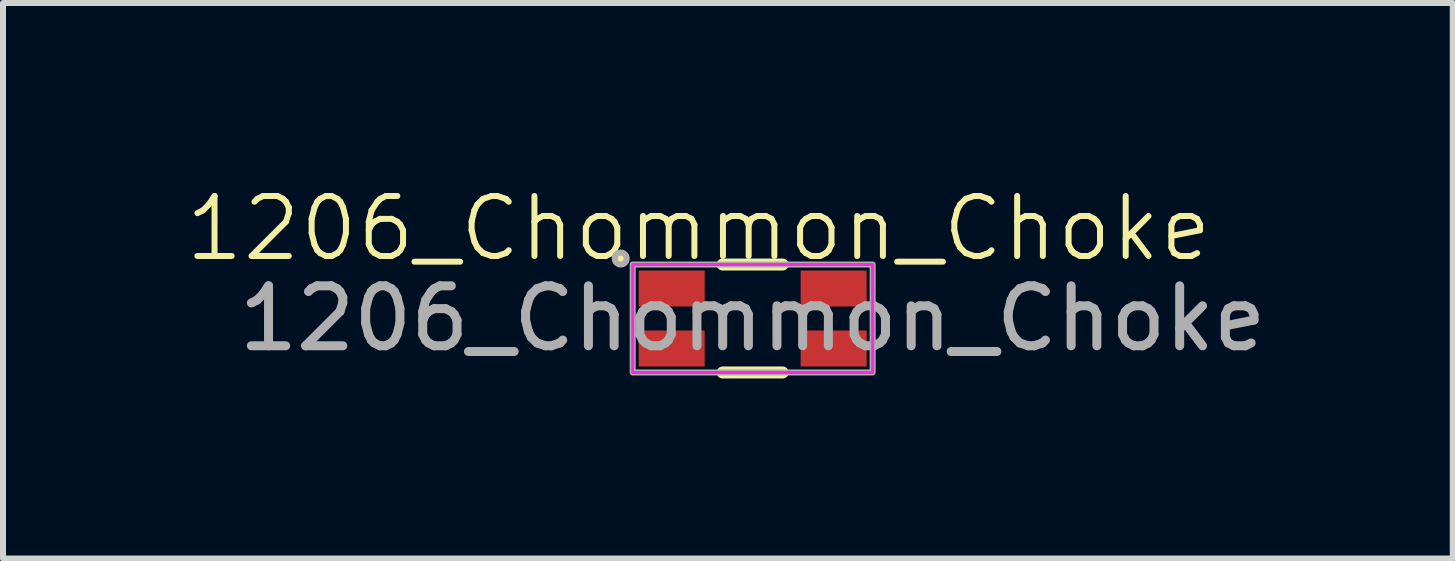
<source format=kicad_pcb>
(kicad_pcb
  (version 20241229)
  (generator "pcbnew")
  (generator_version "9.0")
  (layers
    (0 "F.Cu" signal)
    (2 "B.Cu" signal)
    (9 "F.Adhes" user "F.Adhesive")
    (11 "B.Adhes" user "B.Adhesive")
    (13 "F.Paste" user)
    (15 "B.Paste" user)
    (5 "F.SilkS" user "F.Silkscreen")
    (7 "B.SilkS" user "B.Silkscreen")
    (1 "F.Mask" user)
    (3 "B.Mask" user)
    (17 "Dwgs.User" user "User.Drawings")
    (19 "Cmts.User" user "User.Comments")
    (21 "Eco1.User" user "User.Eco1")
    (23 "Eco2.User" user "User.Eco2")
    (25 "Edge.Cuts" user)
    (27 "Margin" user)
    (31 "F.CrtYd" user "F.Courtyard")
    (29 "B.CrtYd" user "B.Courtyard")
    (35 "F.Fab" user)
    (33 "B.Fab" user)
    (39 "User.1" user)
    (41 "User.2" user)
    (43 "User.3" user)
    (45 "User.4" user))
  (footprint "1206_Chommon_Choke"
    (layer "F.Cu")
    (at 9.498 2.26)
    (property "Reference" "1206_Chommon_Choke" (at -0.9 -1.5 0) (layer "F.SilkS") (effects (font (size 1 1) (thickness 0.1))))
    (attr smd)
    (fp_line (start -0.5 -0.9) (end 0.5 -0.9) (stroke (width 0.2) (type solid)) (layer "F.SilkS"))
    (fp_line (start -0.5 0.9) (end 0.5 0.9) (stroke (width 0.2) (type solid)) (layer "F.SilkS"))
    (fp_circle (center -2.2 -1) (end -2.12 -1) (stroke (width 0.1) (type solid)) (fill yes) (layer "F.SilkS"))
    (fp_rect (start -2 -0.9) (end 2 0.9) (stroke (width 0.05) (type default)) (fill no) (layer "F.CrtYd"))
    (fp_rect (start -2 -0.9) (end 2 0.9) (stroke (width 0.1) (type default)) (fill no) (layer "F.Fab"))
    (fp_circle (center -2.2 -1) (end -2.3 -1) (stroke (width 0.1) (type default)) (fill no) (layer "F.Fab"))
    (fp_text user "${REFERENCE}" (at 0 0 0) (unlocked yes) (layer "F.Fab") (effects (font (size 1 1) (thickness 0.15))))
    (pad "1" smd rect (at -1.35 0.5) (size 1.1 0.6) (layers "F.Cu" "F.Mask" "F.Paste"))
    (pad "2" smd rect (at 1.35 0.5) (size 1.1 0.6) (layers "F.Cu" "F.Mask" "F.Paste"))
    (pad "3" smd rect (at 1.35 -0.5) (size 1.1 0.6) (layers "F.Cu" "F.Mask" "F.Paste"))
    (pad "4" smd rect (at -1.35 -0.5) (size 1.1 0.6) (layers "F.Cu" "F.Mask" "F.Paste")))
  (gr_rect
    (start -3 -3)
    (end 21.17 6.261)
    (stroke (width 0.1) (type default))
    (fill no)
    (layer "Edge.Cuts")))
</source>
